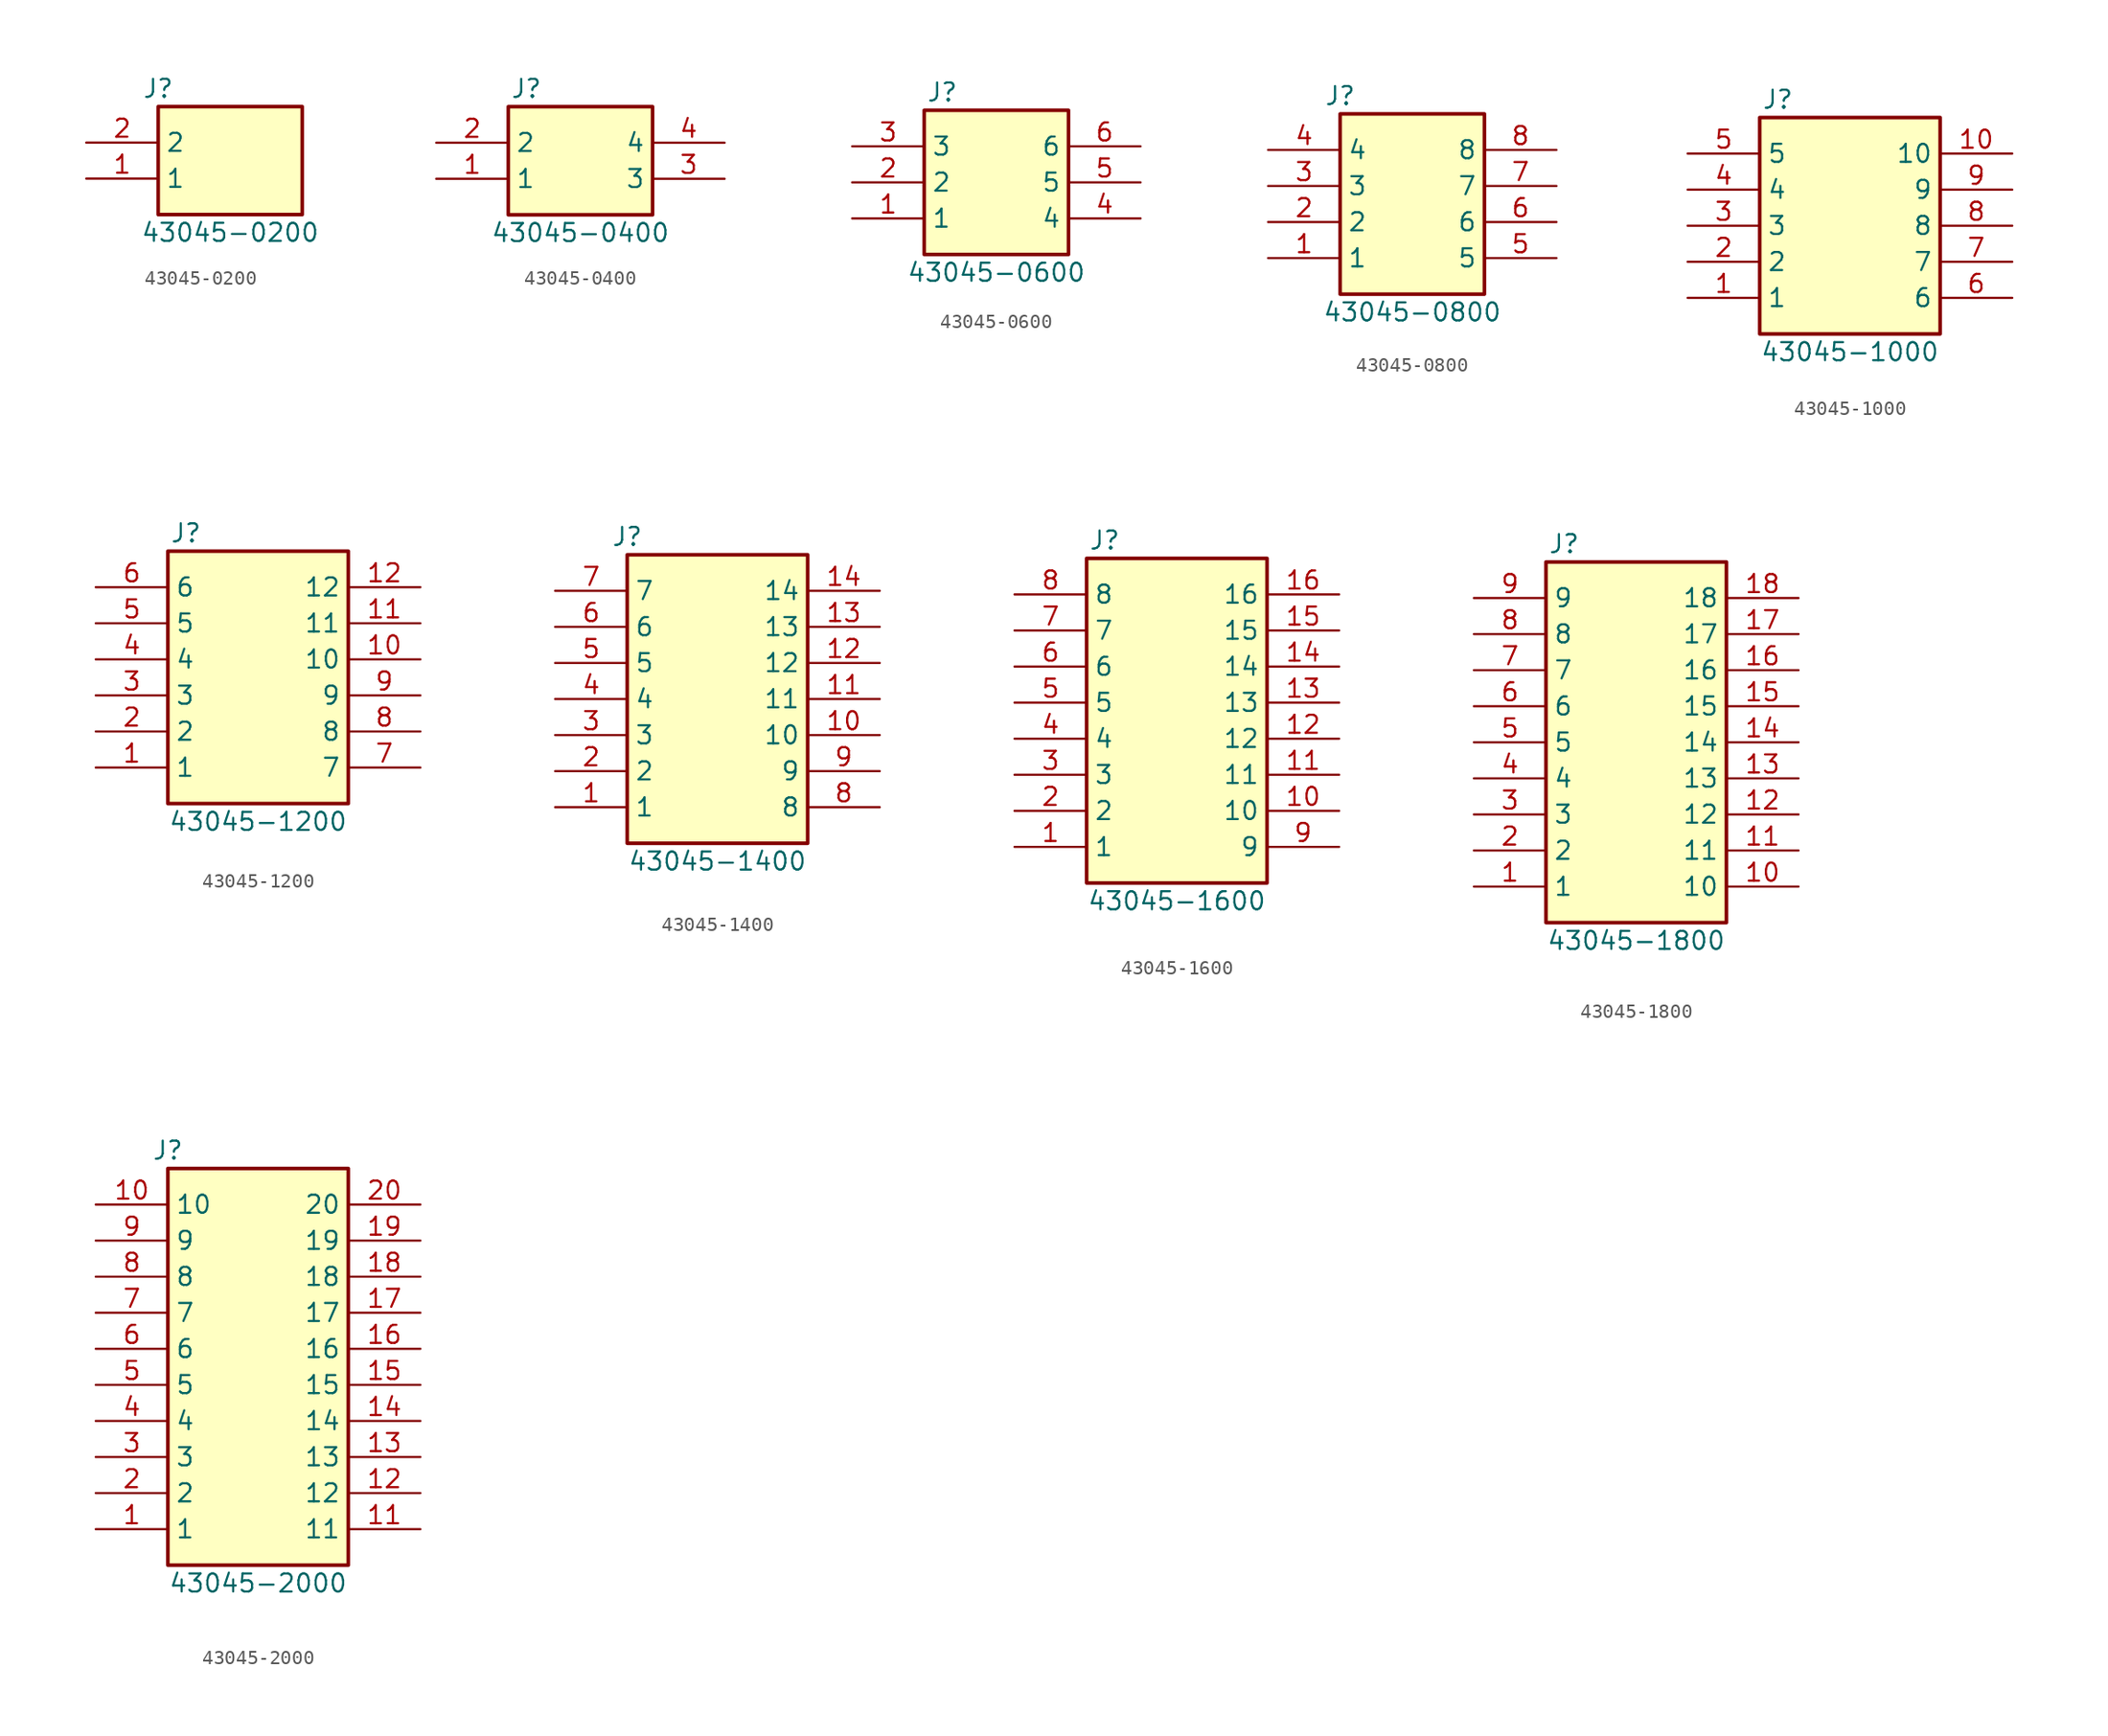
<source format=kicad_sym>
(kicad_symbol_lib
  (version 20220914)
  (generator kicad_symbol_editor)
  (symbol "43045-0200"
    (property "Reference" "J"
      (at -5.08 5.08 0)
      (effects (font (size 1.27 1.27))))
    (property "Value" "43045-0200"
      (at 0 -5.08 0)
      (effects (font (size 1.27 1.27))))
    (symbol "43045-0200_1_1"
      (rectangle (start -5.08 3.81) (end 5.08 -3.81) (stroke (width 0.254) (type default)) (fill (type background)))
      (pin passive line (at -10.16 -1.27 0) (length 5.08) (name "1" (effects (font (size 1.27 1.27)))) (number "1" (effects (font (size 1.27 1.27)))))
      (pin passive line (at -10.16 1.27 0) (length 5.08) (name "2" (effects (font (size 1.27 1.27)))) (number "2" (effects (font (size 1.27 1.27)))))))
  (symbol "43045-0400"
    (property "Reference" "J"
      (at -3.81 5.08 0)
      (effects (font (size 1.27 1.27))))
    (property "Value" "43045-0400"
      (at 0 -5.08 0)
      (effects (font (size 1.27 1.27))))
    (symbol "43045-0400_1_1"
      (rectangle (start -5.08 3.81) (end 5.08 -3.81) (stroke (width 0.254) (type default)) (fill (type background)))
      (pin passive line (at -10.16 -1.27 0) (length 5.08) (name "1" (effects (font (size 1.27 1.27)))) (number "1" (effects (font (size 1.27 1.27)))))
      (pin passive line (at -10.16 1.27 0) (length 5.08) (name "2" (effects (font (size 1.27 1.27)))) (number "2" (effects (font (size 1.27 1.27)))))
      (pin passive line (at 10.16 -1.27 180) (length 5.08) (name "3" (effects (font (size 1.27 1.27)))) (number "3" (effects (font (size 1.27 1.27)))))
      (pin passive line (at 10.16 1.27 180) (length 5.08) (name "4" (effects (font (size 1.27 1.27)))) (number "4" (effects (font (size 1.27 1.27)))))))
  (symbol "43045-0600"
    (property "Reference" "J"
      (at -3.81 6.35 0)
      (effects (font (size 1.27 1.27))))
    (property "Value" "43045-0600"
      (at 0 -6.35 0)
      (effects (font (size 1.27 1.27))))
    (symbol "43045-0600_1_1"
      (rectangle (start -5.08 5.08) (end 5.08 -5.08) (stroke (width 0.254) (type default)) (fill (type background)))
      (pin passive line (at -10.16 -2.54 0) (length 5.08) (name "1" (effects (font (size 1.27 1.27)))) (number "1" (effects (font (size 1.27 1.27)))))
      (pin passive line (at -10.16 0 0) (length 5.08) (name "2" (effects (font (size 1.27 1.27)))) (number "2" (effects (font (size 1.27 1.27)))))
      (pin passive line (at -10.16 2.54 0) (length 5.08) (name "3" (effects (font (size 1.27 1.27)))) (number "3" (effects (font (size 1.27 1.27)))))
      (pin passive line (at 10.16 -2.54 180) (length 5.08) (name "4" (effects (font (size 1.27 1.27)))) (number "4" (effects (font (size 1.27 1.27)))))
      (pin passive line (at 10.16 0 180) (length 5.08) (name "5" (effects (font (size 1.27 1.27)))) (number "5" (effects (font (size 1.27 1.27)))))
      (pin passive line (at 10.16 2.54 180) (length 5.08) (name "6" (effects (font (size 1.27 1.27)))) (number "6" (effects (font (size 1.27 1.27)))))))
  (symbol "43045-0800"
    (property "Reference" "J"
      (at -5.08 7.62 0)
      (effects (font (size 1.27 1.27))))
    (property "Value" "43045-0800"
      (at 0 -7.62 0)
      (effects (font (size 1.27 1.27))))
    (symbol "43045-0800_1_1"
      (rectangle (start -5.08 6.35) (end 5.08 -6.35) (stroke (width 0.254) (type default)) (fill (type background)))
      (pin passive line (at -10.16 -3.81 0) (length 5.08) (name "1" (effects (font (size 1.27 1.27)))) (number "1" (effects (font (size 1.27 1.27)))))
      (pin passive line (at -10.16 -1.27 0) (length 5.08) (name "2" (effects (font (size 1.27 1.27)))) (number "2" (effects (font (size 1.27 1.27)))))
      (pin passive line (at -10.16 1.27 0) (length 5.08) (name "3" (effects (font (size 1.27 1.27)))) (number "3" (effects (font (size 1.27 1.27)))))
      (pin passive line (at -10.16 3.81 0) (length 5.08) (name "4" (effects (font (size 1.27 1.27)))) (number "4" (effects (font (size 1.27 1.27)))))
      (pin passive line (at 10.16 -3.81 180) (length 5.08) (name "5" (effects (font (size 1.27 1.27)))) (number "5" (effects (font (size 1.27 1.27)))))
      (pin passive line (at 10.16 -1.27 180) (length 5.08) (name "6" (effects (font (size 1.27 1.27)))) (number "6" (effects (font (size 1.27 1.27)))))
      (pin passive line (at 10.16 1.27 180) (length 5.08) (name "7" (effects (font (size 1.27 1.27)))) (number "7" (effects (font (size 1.27 1.27)))))
      (pin passive line (at 10.16 3.81 180) (length 5.08) (name "8" (effects (font (size 1.27 1.27)))) (number "8" (effects (font (size 1.27 1.27)))))))
  (symbol "43045-1000"
    (property "Reference" "J"
      (at -5.08 8.89 0)
      (effects (font (size 1.27 1.27))))
    (property "Value" "43045-1000"
      (at 0 -8.89 0)
      (effects (font (size 1.27 1.27))))
    (symbol "43045-1000_1_1"
      (rectangle (start -6.35 7.62) (end 6.35 -7.62) (stroke (width 0.254) (type default)) (fill (type background)))
      (pin passive line (at -11.43 -5.08 0) (length 5.08) (name "1" (effects (font (size 1.27 1.27)))) (number "1" (effects (font (size 1.27 1.27)))))
      (pin passive line (at 11.43 5.08 180) (length 5.08) (name "10" (effects (font (size 1.27 1.27)))) (number "10" (effects (font (size 1.27 1.27)))))
      (pin passive line (at -11.43 -2.54 0) (length 5.08) (name "2" (effects (font (size 1.27 1.27)))) (number "2" (effects (font (size 1.27 1.27)))))
      (pin passive line (at -11.43 0 0) (length 5.08) (name "3" (effects (font (size 1.27 1.27)))) (number "3" (effects (font (size 1.27 1.27)))))
      (pin passive line (at -11.43 2.54 0) (length 5.08) (name "4" (effects (font (size 1.27 1.27)))) (number "4" (effects (font (size 1.27 1.27)))))
      (pin passive line (at -11.43 5.08 0) (length 5.08) (name "5" (effects (font (size 1.27 1.27)))) (number "5" (effects (font (size 1.27 1.27)))))
      (pin passive line (at 11.43 -5.08 180) (length 5.08) (name "6" (effects (font (size 1.27 1.27)))) (number "6" (effects (font (size 1.27 1.27)))))
      (pin passive line (at 11.43 -2.54 180) (length 5.08) (name "7" (effects (font (size 1.27 1.27)))) (number "7" (effects (font (size 1.27 1.27)))))
      (pin passive line (at 11.43 0 180) (length 5.08) (name "8" (effects (font (size 1.27 1.27)))) (number "8" (effects (font (size 1.27 1.27)))))
      (pin passive line (at 11.43 2.54 180) (length 5.08) (name "9" (effects (font (size 1.27 1.27)))) (number "9" (effects (font (size 1.27 1.27)))))))
  (symbol "43045-1200"
    (property "Reference" "J"
      (at -5.08 10.16 0)
      (effects (font (size 1.27 1.27))))
    (property "Value" "43045-1200"
      (at 0 -10.16 0)
      (effects (font (size 1.27 1.27))))
    (symbol "43045-1200_1_1"
      (rectangle (start -6.35 8.89) (end 6.35 -8.89) (stroke (width 0.254) (type default)) (fill (type background)))
      (pin passive line (at -11.43 -6.35 0) (length 5.08) (name "1" (effects (font (size 1.27 1.27)))) (number "1" (effects (font (size 1.27 1.27)))))
      (pin passive line (at 11.43 1.27 180) (length 5.08) (name "10" (effects (font (size 1.27 1.27)))) (number "10" (effects (font (size 1.27 1.27)))))
      (pin passive line (at 11.43 3.81 180) (length 5.08) (name "11" (effects (font (size 1.27 1.27)))) (number "11" (effects (font (size 1.27 1.27)))))
      (pin passive line (at 11.43 6.35 180) (length 5.08) (name "12" (effects (font (size 1.27 1.27)))) (number "12" (effects (font (size 1.27 1.27)))))
      (pin passive line (at -11.43 -3.81 0) (length 5.08) (name "2" (effects (font (size 1.27 1.27)))) (number "2" (effects (font (size 1.27 1.27)))))
      (pin passive line (at -11.43 -1.27 0) (length 5.08) (name "3" (effects (font (size 1.27 1.27)))) (number "3" (effects (font (size 1.27 1.27)))))
      (pin passive line (at -11.43 1.27 0) (length 5.08) (name "4" (effects (font (size 1.27 1.27)))) (number "4" (effects (font (size 1.27 1.27)))))
      (pin passive line (at -11.43 3.81 0) (length 5.08) (name "5" (effects (font (size 1.27 1.27)))) (number "5" (effects (font (size 1.27 1.27)))))
      (pin passive line (at -11.43 6.35 0) (length 5.08) (name "6" (effects (font (size 1.27 1.27)))) (number "6" (effects (font (size 1.27 1.27)))))
      (pin passive line (at 11.43 -6.35 180) (length 5.08) (name "7" (effects (font (size 1.27 1.27)))) (number "7" (effects (font (size 1.27 1.27)))))
      (pin passive line (at 11.43 -3.81 180) (length 5.08) (name "8" (effects (font (size 1.27 1.27)))) (number "8" (effects (font (size 1.27 1.27)))))
      (pin passive line (at 11.43 -1.27 180) (length 5.08) (name "9" (effects (font (size 1.27 1.27)))) (number "9" (effects (font (size 1.27 1.27)))))))
  (symbol "43045-1400"
    (property "Reference" "J"
      (at -6.35 11.43 0)
      (effects (font (size 1.27 1.27))))
    (property "Value" "43045-1400"
      (at 0 -11.43 0)
      (effects (font (size 1.27 1.27))))
    (symbol "43045-1400_1_1"
      (rectangle (start -6.35 10.16) (end 6.35 -10.16) (stroke (width 0.254) (type default)) (fill (type background)))
      (pin passive line (at -11.43 -7.62 0) (length 5.08) (name "1" (effects (font (size 1.27 1.27)))) (number "1" (effects (font (size 1.27 1.27)))))
      (pin passive line (at 11.43 -2.54 180) (length 5.08) (name "10" (effects (font (size 1.27 1.27)))) (number "10" (effects (font (size 1.27 1.27)))))
      (pin passive line (at 11.43 0 180) (length 5.08) (name "11" (effects (font (size 1.27 1.27)))) (number "11" (effects (font (size 1.27 1.27)))))
      (pin passive line (at 11.43 2.54 180) (length 5.08) (name "12" (effects (font (size 1.27 1.27)))) (number "12" (effects (font (size 1.27 1.27)))))
      (pin passive line (at 11.43 5.08 180) (length 5.08) (name "13" (effects (font (size 1.27 1.27)))) (number "13" (effects (font (size 1.27 1.27)))))
      (pin passive line (at 11.43 7.62 180) (length 5.08) (name "14" (effects (font (size 1.27 1.27)))) (number "14" (effects (font (size 1.27 1.27)))))
      (pin passive line (at -11.43 -5.08 0) (length 5.08) (name "2" (effects (font (size 1.27 1.27)))) (number "2" (effects (font (size 1.27 1.27)))))
      (pin passive line (at -11.43 -2.54 0) (length 5.08) (name "3" (effects (font (size 1.27 1.27)))) (number "3" (effects (font (size 1.27 1.27)))))
      (pin passive line (at -11.43 0 0) (length 5.08) (name "4" (effects (font (size 1.27 1.27)))) (number "4" (effects (font (size 1.27 1.27)))))
      (pin passive line (at -11.43 2.54 0) (length 5.08) (name "5" (effects (font (size 1.27 1.27)))) (number "5" (effects (font (size 1.27 1.27)))))
      (pin passive line (at -11.43 5.08 0) (length 5.08) (name "6" (effects (font (size 1.27 1.27)))) (number "6" (effects (font (size 1.27 1.27)))))
      (pin passive line (at -11.43 7.62 0) (length 5.08) (name "7" (effects (font (size 1.27 1.27)))) (number "7" (effects (font (size 1.27 1.27)))))
      (pin passive line (at 11.43 -7.62 180) (length 5.08) (name "8" (effects (font (size 1.27 1.27)))) (number "8" (effects (font (size 1.27 1.27)))))
      (pin passive line (at 11.43 -5.08 180) (length 5.08) (name "9" (effects (font (size 1.27 1.27)))) (number "9" (effects (font (size 1.27 1.27)))))))
  (symbol "43045-1600"
    (property "Reference" "J"
      (at -5.08 12.7 0)
      (effects (font (size 1.27 1.27))))
    (property "Value" "43045-1600"
      (at 0 -12.7 0)
      (effects (font (size 1.27 1.27))))
    (symbol "43045-1600_1_1"
      (rectangle (start -6.35 11.43) (end 6.35 -11.43) (stroke (width 0.254) (type default)) (fill (type background)))
      (pin passive line (at -11.43 -8.89 0) (length 5.08) (name "1" (effects (font (size 1.27 1.27)))) (number "1" (effects (font (size 1.27 1.27)))))
      (pin passive line (at 11.43 -6.35 180) (length 5.08) (name "10" (effects (font (size 1.27 1.27)))) (number "10" (effects (font (size 1.27 1.27)))))
      (pin passive line (at 11.43 -3.81 180) (length 5.08) (name "11" (effects (font (size 1.27 1.27)))) (number "11" (effects (font (size 1.27 1.27)))))
      (pin passive line (at 11.43 -1.27 180) (length 5.08) (name "12" (effects (font (size 1.27 1.27)))) (number "12" (effects (font (size 1.27 1.27)))))
      (pin passive line (at 11.43 1.27 180) (length 5.08) (name "13" (effects (font (size 1.27 1.27)))) (number "13" (effects (font (size 1.27 1.27)))))
      (pin passive line (at 11.43 3.81 180) (length 5.08) (name "14" (effects (font (size 1.27 1.27)))) (number "14" (effects (font (size 1.27 1.27)))))
      (pin passive line (at 11.43 6.35 180) (length 5.08) (name "15" (effects (font (size 1.27 1.27)))) (number "15" (effects (font (size 1.27 1.27)))))
      (pin passive line (at 11.43 8.89 180) (length 5.08) (name "16" (effects (font (size 1.27 1.27)))) (number "16" (effects (font (size 1.27 1.27)))))
      (pin passive line (at -11.43 -6.35 0) (length 5.08) (name "2" (effects (font (size 1.27 1.27)))) (number "2" (effects (font (size 1.27 1.27)))))
      (pin passive line (at -11.43 -3.81 0) (length 5.08) (name "3" (effects (font (size 1.27 1.27)))) (number "3" (effects (font (size 1.27 1.27)))))
      (pin passive line (at -11.43 -1.27 0) (length 5.08) (name "4" (effects (font (size 1.27 1.27)))) (number "4" (effects (font (size 1.27 1.27)))))
      (pin passive line (at -11.43 1.27 0) (length 5.08) (name "5" (effects (font (size 1.27 1.27)))) (number "5" (effects (font (size 1.27 1.27)))))
      (pin passive line (at -11.43 3.81 0) (length 5.08) (name "6" (effects (font (size 1.27 1.27)))) (number "6" (effects (font (size 1.27 1.27)))))
      (pin passive line (at -11.43 6.35 0) (length 5.08) (name "7" (effects (font (size 1.27 1.27)))) (number "7" (effects (font (size 1.27 1.27)))))
      (pin passive line (at -11.43 8.89 0) (length 5.08) (name "8" (effects (font (size 1.27 1.27)))) (number "8" (effects (font (size 1.27 1.27)))))
      (pin passive line (at 11.43 -8.89 180) (length 5.08) (name "9" (effects (font (size 1.27 1.27)))) (number "9" (effects (font (size 1.27 1.27)))))))
  (symbol "43045-1800"
    (property "Reference" "J"
      (at -5.08 13.97 0)
      (effects (font (size 1.27 1.27))))
    (property "Value" "43045-1800"
      (at 0 -13.97 0)
      (effects (font (size 1.27 1.27))))
    (symbol "43045-1800_1_1"
      (rectangle (start -6.35 12.7) (end 6.35 -12.7) (stroke (width 0.254) (type default)) (fill (type background)))
      (pin passive line (at -11.43 -10.16 0) (length 5.08) (name "1" (effects (font (size 1.27 1.27)))) (number "1" (effects (font (size 1.27 1.27)))))
      (pin passive line (at 11.43 -10.16 180) (length 5.08) (name "10" (effects (font (size 1.27 1.27)))) (number "10" (effects (font (size 1.27 1.27)))))
      (pin passive line (at 11.43 -7.62 180) (length 5.08) (name "11" (effects (font (size 1.27 1.27)))) (number "11" (effects (font (size 1.27 1.27)))))
      (pin passive line (at 11.43 -5.08 180) (length 5.08) (name "12" (effects (font (size 1.27 1.27)))) (number "12" (effects (font (size 1.27 1.27)))))
      (pin passive line (at 11.43 -2.54 180) (length 5.08) (name "13" (effects (font (size 1.27 1.27)))) (number "13" (effects (font (size 1.27 1.27)))))
      (pin passive line (at 11.43 0 180) (length 5.08) (name "14" (effects (font (size 1.27 1.27)))) (number "14" (effects (font (size 1.27 1.27)))))
      (pin passive line (at 11.43 2.54 180) (length 5.08) (name "15" (effects (font (size 1.27 1.27)))) (number "15" (effects (font (size 1.27 1.27)))))
      (pin passive line (at 11.43 5.08 180) (length 5.08) (name "16" (effects (font (size 1.27 1.27)))) (number "16" (effects (font (size 1.27 1.27)))))
      (pin passive line (at 11.43 7.62 180) (length 5.08) (name "17" (effects (font (size 1.27 1.27)))) (number "17" (effects (font (size 1.27 1.27)))))
      (pin passive line (at 11.43 10.16 180) (length 5.08) (name "18" (effects (font (size 1.27 1.27)))) (number "18" (effects (font (size 1.27 1.27)))))
      (pin passive line (at -11.43 -7.62 0) (length 5.08) (name "2" (effects (font (size 1.27 1.27)))) (number "2" (effects (font (size 1.27 1.27)))))
      (pin passive line (at -11.43 -5.08 0) (length 5.08) (name "3" (effects (font (size 1.27 1.27)))) (number "3" (effects (font (size 1.27 1.27)))))
      (pin passive line (at -11.43 -2.54 0) (length 5.08) (name "4" (effects (font (size 1.27 1.27)))) (number "4" (effects (font (size 1.27 1.27)))))
      (pin passive line (at -11.43 0 0) (length 5.08) (name "5" (effects (font (size 1.27 1.27)))) (number "5" (effects (font (size 1.27 1.27)))))
      (pin passive line (at -11.43 2.54 0) (length 5.08) (name "6" (effects (font (size 1.27 1.27)))) (number "6" (effects (font (size 1.27 1.27)))))
      (pin passive line (at -11.43 5.08 0) (length 5.08) (name "7" (effects (font (size 1.27 1.27)))) (number "7" (effects (font (size 1.27 1.27)))))
      (pin passive line (at -11.43 7.62 0) (length 5.08) (name "8" (effects (font (size 1.27 1.27)))) (number "8" (effects (font (size 1.27 1.27)))))
      (pin passive line (at -11.43 10.16 0) (length 5.08) (name "9" (effects (font (size 1.27 1.27)))) (number "9" (effects (font (size 1.27 1.27)))))))
  (symbol "43045-2000"
    (property "Reference" "J"
      (at -6.35 15.24 0)
      (effects (font (size 1.27 1.27))))
    (property "Value" "43045-2000"
      (at 0 -15.24 0)
      (effects (font (size 1.27 1.27))))
    (symbol "43045-2000_1_1"
      (rectangle (start -6.35 13.97) (end 6.35 -13.97) (stroke (width 0.254) (type default)) (fill (type background)))
      (pin passive line (at -11.43 -11.43 0) (length 5.08) (name "1" (effects (font (size 1.27 1.27)))) (number "1" (effects (font (size 1.27 1.27)))))
      (pin passive line (at -11.43 11.43 0) (length 5.08) (name "10" (effects (font (size 1.27 1.27)))) (number "10" (effects (font (size 1.27 1.27)))))
      (pin passive line (at 11.43 -11.43 180) (length 5.08) (name "11" (effects (font (size 1.27 1.27)))) (number "11" (effects (font (size 1.27 1.27)))))
      (pin passive line (at 11.43 -8.89 180) (length 5.08) (name "12" (effects (font (size 1.27 1.27)))) (number "12" (effects (font (size 1.27 1.27)))))
      (pin passive line (at 11.43 -6.35 180) (length 5.08) (name "13" (effects (font (size 1.27 1.27)))) (number "13" (effects (font (size 1.27 1.27)))))
      (pin passive line (at 11.43 -3.81 180) (length 5.08) (name "14" (effects (font (size 1.27 1.27)))) (number "14" (effects (font (size 1.27 1.27)))))
      (pin passive line (at 11.43 -1.27 180) (length 5.08) (name "15" (effects (font (size 1.27 1.27)))) (number "15" (effects (font (size 1.27 1.27)))))
      (pin passive line (at 11.43 1.27 180) (length 5.08) (name "16" (effects (font (size 1.27 1.27)))) (number "16" (effects (font (size 1.27 1.27)))))
      (pin passive line (at 11.43 3.81 180) (length 5.08) (name "17" (effects (font (size 1.27 1.27)))) (number "17" (effects (font (size 1.27 1.27)))))
      (pin passive line (at 11.43 6.35 180) (length 5.08) (name "18" (effects (font (size 1.27 1.27)))) (number "18" (effects (font (size 1.27 1.27)))))
      (pin passive line (at 11.43 8.89 180) (length 5.08) (name "19" (effects (font (size 1.27 1.27)))) (number "19" (effects (font (size 1.27 1.27)))))
      (pin passive line (at -11.43 -8.89 0) (length 5.08) (name "2" (effects (font (size 1.27 1.27)))) (number "2" (effects (font (size 1.27 1.27)))))
      (pin passive line (at 11.43 11.43 180) (length 5.08) (name "20" (effects (font (size 1.27 1.27)))) (number "20" (effects (font (size 1.27 1.27)))))
      (pin passive line (at -11.43 -6.35 0) (length 5.08) (name "3" (effects (font (size 1.27 1.27)))) (number "3" (effects (font (size 1.27 1.27)))))
      (pin passive line (at -11.43 -3.81 0) (length 5.08) (name "4" (effects (font (size 1.27 1.27)))) (number "4" (effects (font (size 1.27 1.27)))))
      (pin passive line (at -11.43 -1.27 0) (length 5.08) (name "5" (effects (font (size 1.27 1.27)))) (number "5" (effects (font (size 1.27 1.27)))))
      (pin passive line (at -11.43 1.27 0) (length 5.08) (name "6" (effects (font (size 1.27 1.27)))) (number "6" (effects (font (size 1.27 1.27)))))
      (pin passive line (at -11.43 3.81 0) (length 5.08) (name "7" (effects (font (size 1.27 1.27)))) (number "7" (effects (font (size 1.27 1.27)))))
      (pin passive line (at -11.43 6.35 0) (length 5.08) (name "8" (effects (font (size 1.27 1.27)))) (number "8" (effects (font (size 1.27 1.27)))))
      (pin passive line (at -11.43 8.89 0) (length 5.08) (name "9" (effects (font (size 1.27 1.27)))) (number "9" (effects (font (size 1.27 1.27))))))))
</source>
